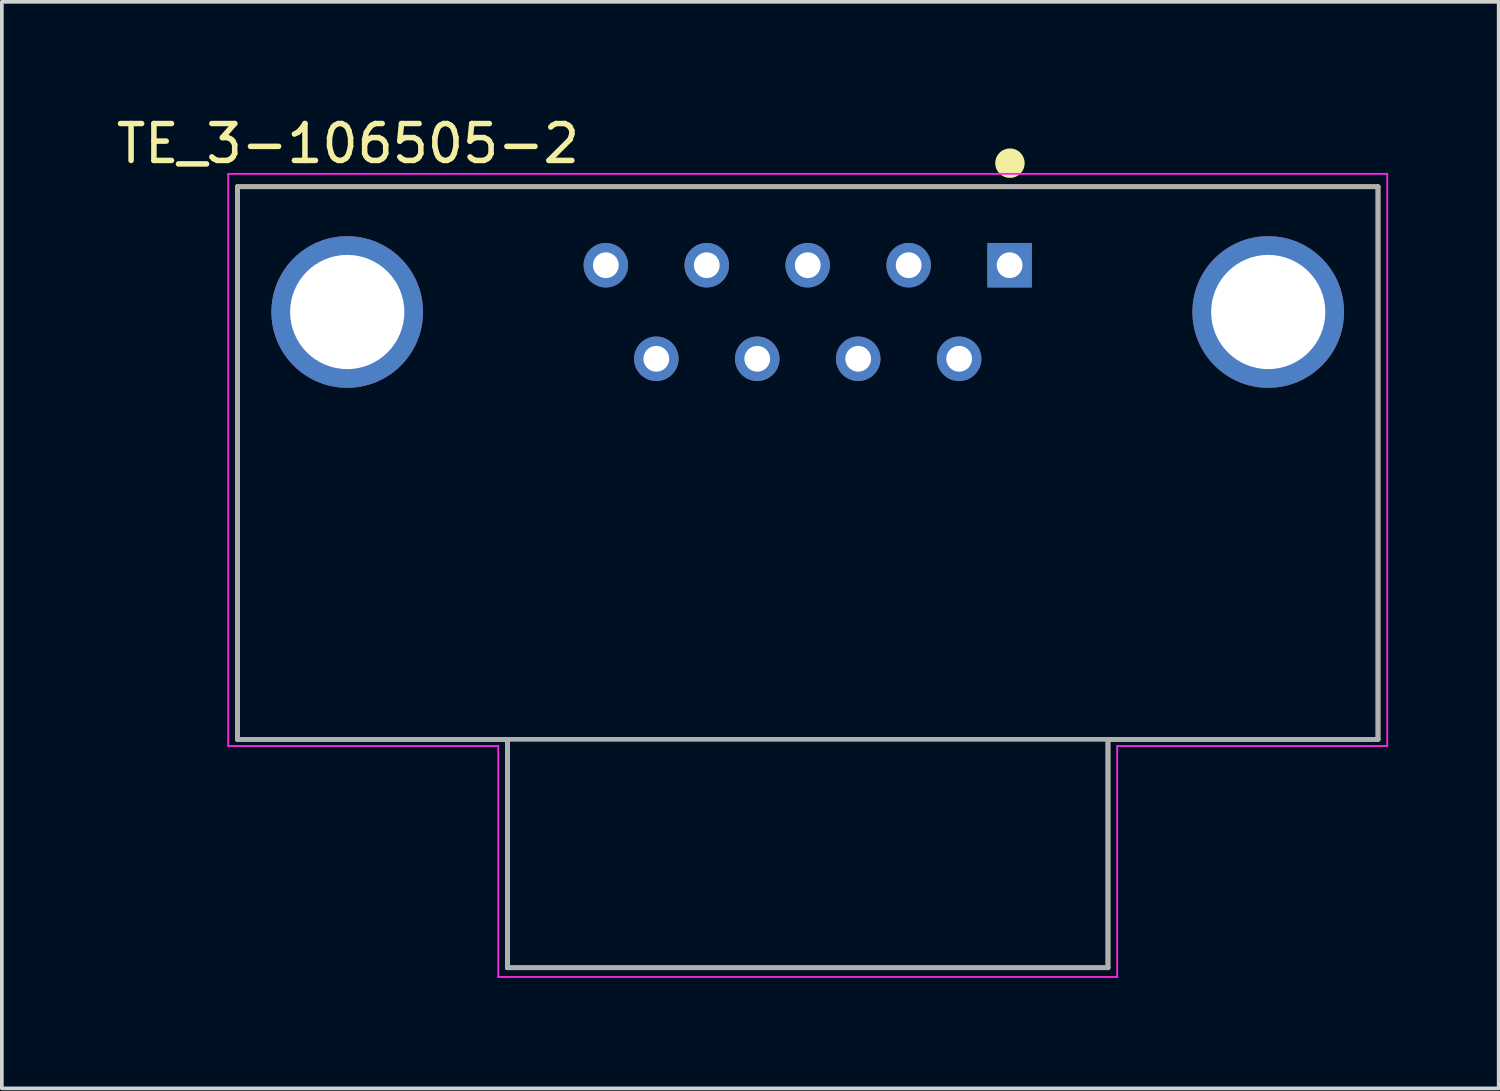
<source format=kicad_pcb>
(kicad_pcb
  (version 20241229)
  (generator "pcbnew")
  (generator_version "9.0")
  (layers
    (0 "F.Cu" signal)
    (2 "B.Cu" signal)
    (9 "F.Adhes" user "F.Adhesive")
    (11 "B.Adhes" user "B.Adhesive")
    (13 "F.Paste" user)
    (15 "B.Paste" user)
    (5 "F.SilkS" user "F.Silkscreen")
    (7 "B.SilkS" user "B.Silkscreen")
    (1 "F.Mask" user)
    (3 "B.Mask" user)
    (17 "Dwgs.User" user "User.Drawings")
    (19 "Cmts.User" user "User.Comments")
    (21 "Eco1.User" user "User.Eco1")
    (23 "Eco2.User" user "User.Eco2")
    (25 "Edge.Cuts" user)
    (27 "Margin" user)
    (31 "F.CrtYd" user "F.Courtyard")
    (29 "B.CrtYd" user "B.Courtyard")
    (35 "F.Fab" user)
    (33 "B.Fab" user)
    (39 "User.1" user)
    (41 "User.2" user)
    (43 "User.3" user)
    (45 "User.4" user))
  (footprint "TE_3-106505-2"
    (layer "F.Cu")
    (at 24.355 4.149)
    (property "Reference" "TE_3-106505-2" (at -17.96 -3.3 0) (layer "F.SilkS") (effects (font (size 1.001 1.001) (thickness 0.15))))
    (attr through_hole)
    (fp_line (start -20.96 -2.13) (end 10 -2.13) (stroke (width 0.127) (type solid)) (layer "F.SilkS"))
    (fp_line (start -20.96 12.87) (end -20.96 -2.13) (stroke (width 0.127) (type solid)) (layer "F.SilkS"))
    (fp_line (start -13.63 12.87) (end -20.96 12.87) (stroke (width 0.127) (type solid)) (layer "F.SilkS"))
    (fp_line (start -13.63 19.07) (end -13.63 12.87) (stroke (width 0.127) (type solid)) (layer "F.SilkS"))
    (fp_line (start 2.67 12.87) (end 2.67 19.07) (stroke (width 0.127) (type solid)) (layer "F.SilkS"))
    (fp_line (start 2.67 19.07) (end -13.63 19.07) (stroke (width 0.127) (type solid)) (layer "F.SilkS"))
    (fp_line (start 10 -2.13) (end 10 12.87) (stroke (width 0.127) (type solid)) (layer "F.SilkS"))
    (fp_line (start 10 12.87) (end 2.67 12.87) (stroke (width 0.127) (type solid)) (layer "F.SilkS"))
    (fp_circle (center 0.009 -2.77) (end 0.209 -2.77) (stroke (width 0.4) (type solid)) (fill no) (layer "F.SilkS"))
    (fp_line (start -21.21 -2.48) (end -21.21 13.05) (stroke (width 0.05) (type solid)) (layer "F.CrtYd"))
    (fp_line (start -21.21 13.05) (end -13.88 13.05) (stroke (width 0.05) (type solid)) (layer "F.CrtYd"))
    (fp_line (start -13.88 13.05) (end -13.88 19.32) (stroke (width 0.05) (type solid)) (layer "F.CrtYd"))
    (fp_line (start -13.88 19.32) (end 2.92 19.32) (stroke (width 0.05) (type solid)) (layer "F.CrtYd"))
    (fp_line (start 2.92 13.05) (end 10.25 13.05) (stroke (width 0.05) (type solid)) (layer "F.CrtYd"))
    (fp_line (start 2.92 19.32) (end 2.92 13.05) (stroke (width 0.05) (type solid)) (layer "F.CrtYd"))
    (fp_line (start 10.25 -2.48) (end -21.21 -2.48) (stroke (width 0.05) (type solid)) (layer "F.CrtYd"))
    (fp_line (start 10.25 13.05) (end 10.25 -2.48) (stroke (width 0.05) (type solid)) (layer "F.CrtYd"))
    (fp_line (start -20.96 -2.13) (end 10 -2.13) (stroke (width 0.127) (type solid)) (layer "F.Fab"))
    (fp_line (start -20.96 12.87) (end -20.96 -2.13) (stroke (width 0.127) (type solid)) (layer "F.Fab"))
    (fp_line (start -13.63 12.87) (end -20.96 12.87) (stroke (width 0.127) (type solid)) (layer "F.Fab"))
    (fp_line (start -13.63 12.87) (end -13.63 19.07) (stroke (width 0.127) (type solid)) (layer "F.Fab"))
    (fp_line (start -13.63 19.07) (end 2.67 19.07) (stroke (width 0.127) (type solid)) (layer "F.Fab"))
    (fp_line (start 2.67 12.87) (end -13.63 12.87) (stroke (width 0.127) (type solid)) (layer "F.Fab"))
    (fp_line (start 2.67 19.07) (end 2.67 12.87) (stroke (width 0.127) (type solid)) (layer "F.Fab"))
    (fp_line (start 10 -2.13) (end 10 12.87) (stroke (width 0.127) (type solid)) (layer "F.Fab"))
    (fp_line (start 10 12.87) (end 2.67 12.87) (stroke (width 0.127) (type solid)) (layer "F.Fab"))
    (pad "1" thru_hole rect (at 0 0) (size 1.208 1.208) (drill 0.7) (layers "*.Cu" "*.Mask"))
    (pad "2" thru_hole circle (at -2.74 0) (size 1.208 1.208) (drill 0.7) (layers "*.Cu" "*.Mask"))
    (pad "3" thru_hole circle (at -5.48 0) (size 1.208 1.208) (drill 0.7) (layers "*.Cu" "*.Mask"))
    (pad "4" thru_hole circle (at -8.22 0) (size 1.208 1.208) (drill 0.7) (layers "*.Cu" "*.Mask"))
    (pad "5" thru_hole circle (at -10.96 0) (size 1.208 1.208) (drill 0.7) (layers "*.Cu" "*.Mask"))
    (pad "6" thru_hole circle (at -1.37 2.54) (size 1.208 1.208) (drill 0.7) (layers "*.Cu" "*.Mask"))
    (pad "7" thru_hole circle (at -4.11 2.54) (size 1.208 1.208) (drill 0.7) (layers "*.Cu" "*.Mask"))
    (pad "8" thru_hole circle (at -6.85 2.54) (size 1.208 1.208) (drill 0.7) (layers "*.Cu" "*.Mask"))
    (pad "9" thru_hole circle (at -9.59 2.54) (size 1.208 1.208) (drill 0.7) (layers "*.Cu" "*.Mask"))
    (pad "S1" thru_hole circle (at -17.98 1.27) (size 4.116 4.116) (drill 3.1) (layers "*.Cu" "*.Mask"))
    (pad "S2" thru_hole circle (at 7.02 1.27) (size 4.116 4.116) (drill 3.1) (layers "*.Cu" "*.Mask")))
  (gr_rect
    (start -3 -3)
    (end 37.63 26.494)
    (stroke (width 0.1) (type default))
    (fill no)
    (layer "Edge.Cuts")))
</source>
